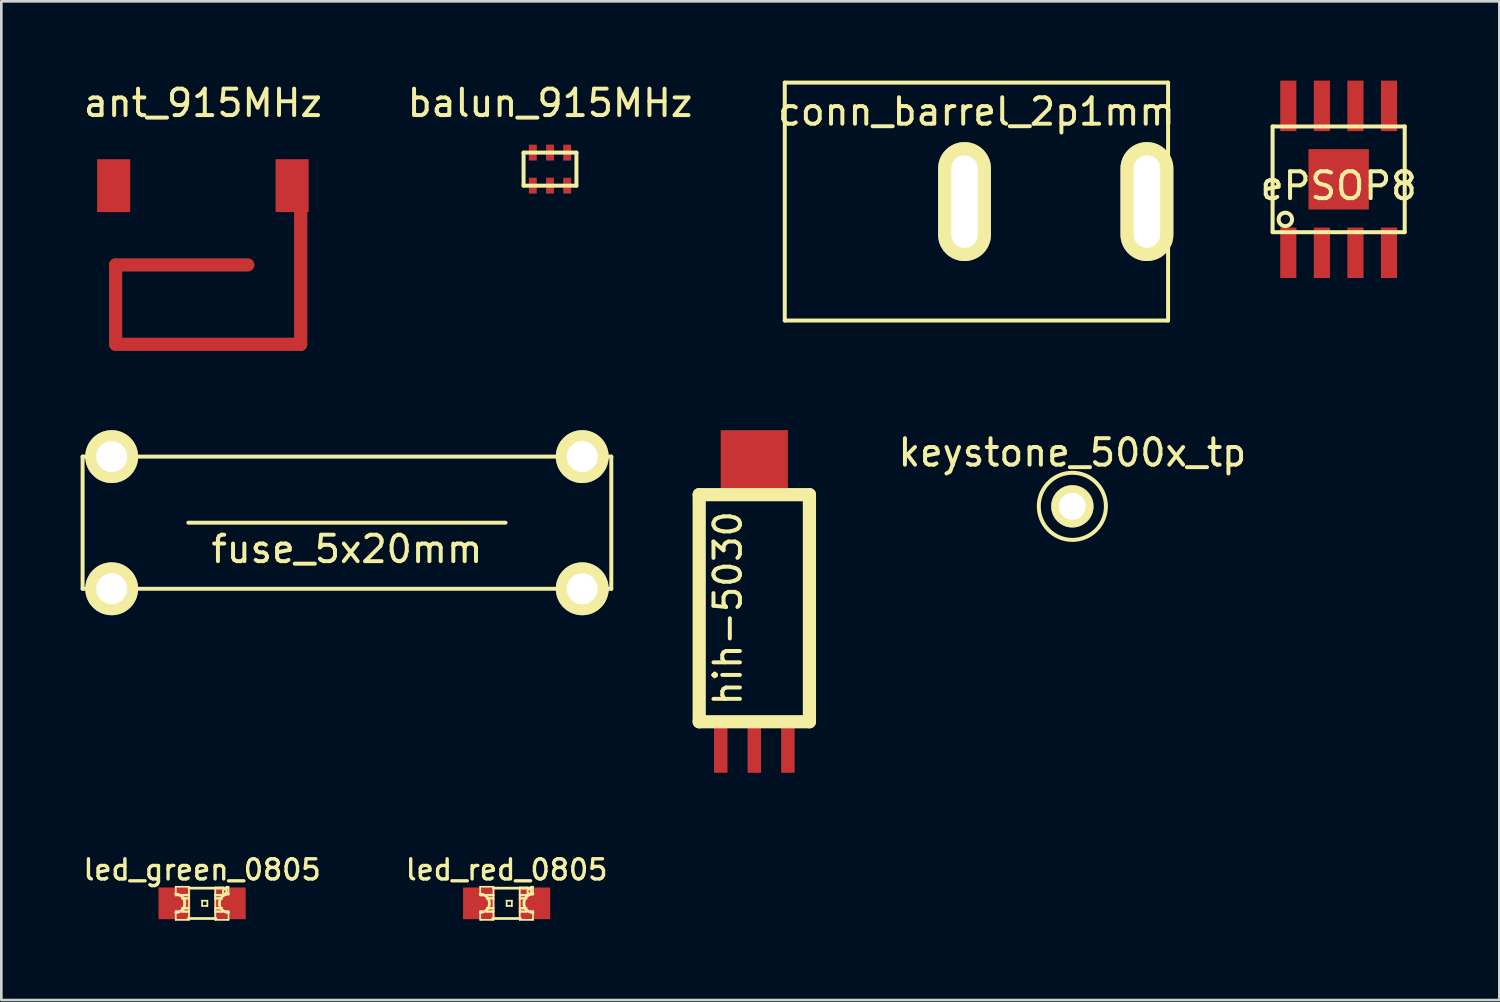
<source format=kicad_pcb>
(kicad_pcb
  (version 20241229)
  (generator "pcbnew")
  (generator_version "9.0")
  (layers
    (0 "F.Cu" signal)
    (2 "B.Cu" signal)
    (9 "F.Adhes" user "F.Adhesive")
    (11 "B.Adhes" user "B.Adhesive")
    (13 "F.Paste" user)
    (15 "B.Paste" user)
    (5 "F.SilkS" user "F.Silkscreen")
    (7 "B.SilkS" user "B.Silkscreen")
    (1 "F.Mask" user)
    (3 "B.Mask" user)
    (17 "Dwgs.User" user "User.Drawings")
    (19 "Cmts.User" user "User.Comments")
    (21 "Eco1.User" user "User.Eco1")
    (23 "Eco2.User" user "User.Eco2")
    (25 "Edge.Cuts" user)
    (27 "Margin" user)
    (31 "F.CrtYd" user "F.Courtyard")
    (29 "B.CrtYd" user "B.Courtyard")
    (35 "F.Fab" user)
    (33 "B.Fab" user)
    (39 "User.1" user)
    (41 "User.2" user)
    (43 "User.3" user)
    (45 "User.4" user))
  (footprint "ant_915MHz"
    (layer "F.Cu")
    (at 4.625 3.973)
    (property "Reference" "ant_915MHz" (at 0 -3.125 0) (layer "F.SilkS") (effects (font (size 1 1) (thickness 0.15))))
    (attr through_hole)
    (fp_line (start -3.3 3) (end 1.7 3) (stroke (width 0.5) (type solid)) (layer "F.Cu"))
    (fp_line (start -3.3 6) (end -3.3 3) (stroke (width 0.5) (type solid)) (layer "F.Cu"))
    (fp_line (start 3.7 0) (end 3.7 6) (stroke (width 0.5) (type solid)) (layer "F.Cu"))
    (fp_line (start 3.7 6) (end -3.3 6) (stroke (width 0.5) (type solid)) (layer "F.Cu"))
    (pad "" smd rect (at 3.375 0) (size 1.25 2) (layers "F.Cu" "F.Mask" "F.Paste"))
    (pad "1" smd rect (at -3.375 0) (size 1.25 2) (layers "F.Cu" "F.Mask" "F.Paste")))
  (footprint "led_red_0805"
    (layer "F.Cu")
    (at 16.115 31.122)
    (property "Reference" "led_red_0805" (at 0 -1.27 0) (layer "F.SilkS") (effects (font (size 0.762 0.762) (thickness 0.127))))
    (attr smd)
    (fp_line (start -0.998 -0.625) (end -0.998 -0.3) (stroke (width 0.066) (type solid)) (layer "F.SilkS"))
    (fp_line (start -0.998 -0.625) (end -0.498 -0.625) (stroke (width 0.066) (type solid)) (layer "F.SilkS"))
    (fp_line (start -0.998 -0.3) (end -0.498 -0.3) (stroke (width 0.066) (type solid)) (layer "F.SilkS"))
    (fp_line (start -0.998 0.3) (end -0.998 0.625) (stroke (width 0.066) (type solid)) (layer "F.SilkS"))
    (fp_line (start -0.998 0.3) (end -0.498 0.3) (stroke (width 0.066) (type solid)) (layer "F.SilkS"))
    (fp_line (start -0.998 0.625) (end -0.498 0.625) (stroke (width 0.066) (type solid)) (layer "F.SilkS"))
    (fp_line (start -0.749 -0.323) (end -0.749 -0.173) (stroke (width 0.066) (type solid)) (layer "F.SilkS"))
    (fp_line (start -0.749 -0.323) (end -0.498 -0.323) (stroke (width 0.066) (type solid)) (layer "F.SilkS"))
    (fp_line (start -0.749 -0.173) (end -0.498 -0.173) (stroke (width 0.066) (type solid)) (layer "F.SilkS"))
    (fp_line (start -0.749 0.173) (end -0.749 0.323) (stroke (width 0.066) (type solid)) (layer "F.SilkS"))
    (fp_line (start -0.749 0.173) (end -0.498 0.173) (stroke (width 0.066) (type solid)) (layer "F.SilkS"))
    (fp_line (start -0.749 0.323) (end -0.498 0.323) (stroke (width 0.066) (type solid)) (layer "F.SilkS"))
    (fp_line (start -0.673 -0.198) (end -0.673 0.198) (stroke (width 0.066) (type solid)) (layer "F.SilkS"))
    (fp_line (start -0.673 -0.198) (end -0.498 -0.198) (stroke (width 0.066) (type solid)) (layer "F.SilkS"))
    (fp_line (start -0.673 0.198) (end -0.498 0.198) (stroke (width 0.066) (type solid)) (layer "F.SilkS"))
    (fp_line (start -0.498 -0.625) (end -0.498 -0.3) (stroke (width 0.066) (type solid)) (layer "F.SilkS"))
    (fp_line (start -0.498 -0.574) (end 0.925 -0.574) (stroke (width 0.102) (type solid)) (layer "F.SilkS"))
    (fp_line (start -0.498 -0.323) (end -0.498 -0.173) (stroke (width 0.066) (type solid)) (layer "F.SilkS"))
    (fp_line (start -0.498 -0.198) (end -0.498 0.198) (stroke (width 0.066) (type solid)) (layer "F.SilkS"))
    (fp_line (start -0.498 0.173) (end -0.498 0.323) (stroke (width 0.066) (type solid)) (layer "F.SilkS"))
    (fp_line (start -0.498 0.3) (end -0.498 0.625) (stroke (width 0.066) (type solid)) (layer "F.SilkS"))
    (fp_line (start 0 -0.099) (end 0 0.099) (stroke (width 0.066) (type solid)) (layer "F.SilkS"))
    (fp_line (start 0 -0.099) (end 0.198 -0.099) (stroke (width 0.066) (type solid)) (layer "F.SilkS"))
    (fp_line (start 0 0.099) (end 0.198 0.099) (stroke (width 0.066) (type solid)) (layer "F.SilkS"))
    (fp_line (start 0.198 -0.099) (end 0.198 0.099) (stroke (width 0.066) (type solid)) (layer "F.SilkS"))
    (fp_line (start 0.498 -0.599) (end 0.498 -0.3) (stroke (width 0.066) (type solid)) (layer "F.SilkS"))
    (fp_line (start 0.498 -0.599) (end 0.798 -0.599) (stroke (width 0.066) (type solid)) (layer "F.SilkS"))
    (fp_line (start 0.498 -0.323) (end 0.498 -0.173) (stroke (width 0.066) (type solid)) (layer "F.SilkS"))
    (fp_line (start 0.498 -0.323) (end 0.749 -0.323) (stroke (width 0.066) (type solid)) (layer "F.SilkS"))
    (fp_line (start 0.498 -0.3) (end 0.798 -0.3) (stroke (width 0.066) (type solid)) (layer "F.SilkS"))
    (fp_line (start 0.498 -0.198) (end 0.498 0.198) (stroke (width 0.066) (type solid)) (layer "F.SilkS"))
    (fp_line (start 0.498 -0.198) (end 0.673 -0.198) (stroke (width 0.066) (type solid)) (layer "F.SilkS"))
    (fp_line (start 0.498 -0.173) (end 0.749 -0.173) (stroke (width 0.066) (type solid)) (layer "F.SilkS"))
    (fp_line (start 0.498 0.173) (end 0.498 0.323) (stroke (width 0.066) (type solid)) (layer "F.SilkS"))
    (fp_line (start 0.498 0.173) (end 0.749 0.173) (stroke (width 0.066) (type solid)) (layer "F.SilkS"))
    (fp_line (start 0.498 0.198) (end 0.673 0.198) (stroke (width 0.066) (type solid)) (layer "F.SilkS"))
    (fp_line (start 0.498 0.3) (end 0.498 0.625) (stroke (width 0.066) (type solid)) (layer "F.SilkS"))
    (fp_line (start 0.498 0.3) (end 0.998 0.3) (stroke (width 0.066) (type solid)) (layer "F.SilkS"))
    (fp_line (start 0.498 0.323) (end 0.749 0.323) (stroke (width 0.066) (type solid)) (layer "F.SilkS"))
    (fp_line (start 0.498 0.625) (end 0.998 0.625) (stroke (width 0.066) (type solid)) (layer "F.SilkS"))
    (fp_line (start 0.523 0.574) (end -0.523 0.574) (stroke (width 0.102) (type solid)) (layer "F.SilkS"))
    (fp_line (start 0.673 -0.198) (end 0.673 0.198) (stroke (width 0.066) (type solid)) (layer "F.SilkS"))
    (fp_line (start 0.749 -0.323) (end 0.749 -0.173) (stroke (width 0.066) (type solid)) (layer "F.SilkS"))
    (fp_line (start 0.749 0.173) (end 0.749 0.323) (stroke (width 0.066) (type solid)) (layer "F.SilkS"))
    (fp_line (start 0.798 -0.599) (end 0.798 -0.3) (stroke (width 0.066) (type solid)) (layer "F.SilkS"))
    (fp_line (start 0.925 -0.625) (end 0.925 -0.399) (stroke (width 0.066) (type solid)) (layer "F.SilkS"))
    (fp_line (start 0.925 -0.625) (end 0.998 -0.625) (stroke (width 0.066) (type solid)) (layer "F.SilkS"))
    (fp_line (start 0.925 -0.399) (end 0.998 -0.399) (stroke (width 0.066) (type solid)) (layer "F.SilkS"))
    (fp_line (start 0.998 -0.625) (end 0.998 -0.399) (stroke (width 0.066) (type solid)) (layer "F.SilkS"))
    (fp_line (start 0.998 0.3) (end 0.998 0.625) (stroke (width 0.066) (type solid)) (layer "F.SilkS"))
    (fp_arc (start -0.99822 -0.34798) (mid -0.65024 0) (end -0.99822 0.34798) (stroke (width 0.1016) (type solid)) (layer "F.SilkS"))
    (fp_arc (start 0.99822 0.34798) (mid 0.65024 0) (end 0.99822 -0.34798) (stroke (width 0.1016) (type solid)) (layer "F.SilkS"))
    (fp_circle (center 0.848 -0.45) (end 0.899 -0.5) (stroke (width 0.051) (type solid)) (fill no) (layer "F.SilkS"))
    (pad "1" smd rect (at -1.049 0) (size 1.199 1.199) (layers "F.Cu" "F.Mask" "F.Paste"))
    (pad "2" smd rect (at 1.049 0) (size 1.199 1.199) (layers "F.Cu" "F.Mask" "F.Paste")))
  (footprint "hih-5030"
    (layer "F.Cu")
    (at 25.485 19.958)
    (property "Reference" "hih-5030" (at -1 0 90) (layer "F.SilkS") (effects (font (size 1 1) (thickness 0.15))))
    (attr through_hole)
    (fp_line (start -2.085 -4.295) (end 2.085 -4.295) (stroke (width 0.5) (type solid)) (layer "F.SilkS"))
    (fp_line (start -2.085 4.295) (end -2.085 -4.295) (stroke (width 0.5) (type solid)) (layer "F.SilkS"))
    (fp_line (start 2.085 -4.295) (end 2.085 4.295) (stroke (width 0.5) (type solid)) (layer "F.SilkS"))
    (fp_line (start 2.085 4.295) (end -2.085 4.295) (stroke (width 0.5) (type solid)) (layer "F.SilkS"))
    (pad "" smd rect (at 0 -5.59) (size 2.54 2.29) (layers "F.Cu" "F.Mask" "F.Paste"))
    (pad "1" smd rect (at -1.27 5.335) (size 0.51 1.78) (layers "F.Cu" "F.Mask" "F.Paste"))
    (pad "2" smd rect (at 0 5.335) (size 0.51 1.78) (layers "F.Cu" "F.Mask" "F.Paste"))
    (pad "3" smd rect (at 1.27 5.335) (size 0.51 1.78) (layers "F.Cu" "F.Mask" "F.Paste")))
  (footprint "balun_915MHz"
    (layer "F.Cu")
    (at 17.756 3.348)
    (property "Reference" "balun_915MHz" (at 0 -2.5 0) (layer "F.SilkS") (effects (font (size 1 1) (thickness 0.15))))
    (attr through_hole)
    (fp_line (start -1 -0.625) (end 1 -0.625) (stroke (width 0.15) (type solid)) (layer "F.SilkS"))
    (fp_line (start -1 0.625) (end -1 -0.625) (stroke (width 0.15) (type solid)) (layer "F.SilkS"))
    (fp_line (start 1 -0.625) (end 1 0.625) (stroke (width 0.15) (type solid)) (layer "F.SilkS"))
    (fp_line (start 1 0.625) (end -1 0.625) (stroke (width 0.15) (type solid)) (layer "F.SilkS"))
    (pad "1" smd rect (at 0.65 -0.625) (size 0.3 0.6) (layers "F.Cu" "F.Mask" "F.Paste"))
    (pad "2" smd rect (at 0 -0.625) (size 0.3 0.6) (layers "F.Cu" "F.Mask" "F.Paste"))
    (pad "3" smd rect (at -0.65 -0.625) (size 0.3 0.6) (layers "F.Cu" "F.Mask" "F.Paste"))
    (pad "4" smd rect (at -0.65 0.625) (size 0.3 0.6) (layers "F.Cu" "F.Mask" "F.Paste"))
    (pad "5" smd rect (at 0 0.625) (size 0.3 0.6) (layers "F.Cu" "F.Mask" "F.Paste"))
    (pad "6" smd rect (at 0.65 0.625) (size 0.3 0.6) (layers "F.Cu" "F.Mask" "F.Paste")))
  (footprint "keystone_500x_tp"
    (layer "F.Cu")
    (at 37.516 16.104)
    (property "Reference" "keystone_500x_tp" (at 0 -2.032 0) (layer "F.SilkS") (effects (font (size 1 1) (thickness 0.15))))
    (attr through_hole)
    (fp_circle (center 0 0) (end 0 -1.27) (stroke (width 0.15) (type solid)) (fill no) (layer "F.SilkS"))
    (pad "1" thru_hole circle (at 0 0) (size 1.6 1.6) (drill 1.02) (layers "*.Cu" "*.Mask" "F.SilkS")))
  (footprint "led_green_0805"
    (layer "F.Cu")
    (at 4.596 31.122)
    (property "Reference" "led_green_0805" (at 0 -1.27 0) (layer "F.SilkS") (effects (font (size 0.762 0.762) (thickness 0.127))))
    (attr smd)
    (fp_line (start -0.998 -0.625) (end -0.998 -0.3) (stroke (width 0.066) (type solid)) (layer "F.SilkS"))
    (fp_line (start -0.998 -0.625) (end -0.498 -0.625) (stroke (width 0.066) (type solid)) (layer "F.SilkS"))
    (fp_line (start -0.998 -0.3) (end -0.498 -0.3) (stroke (width 0.066) (type solid)) (layer "F.SilkS"))
    (fp_line (start -0.998 0.3) (end -0.998 0.625) (stroke (width 0.066) (type solid)) (layer "F.SilkS"))
    (fp_line (start -0.998 0.3) (end -0.498 0.3) (stroke (width 0.066) (type solid)) (layer "F.SilkS"))
    (fp_line (start -0.998 0.625) (end -0.498 0.625) (stroke (width 0.066) (type solid)) (layer "F.SilkS"))
    (fp_line (start -0.749 -0.323) (end -0.749 -0.173) (stroke (width 0.066) (type solid)) (layer "F.SilkS"))
    (fp_line (start -0.749 -0.323) (end -0.498 -0.323) (stroke (width 0.066) (type solid)) (layer "F.SilkS"))
    (fp_line (start -0.749 -0.173) (end -0.498 -0.173) (stroke (width 0.066) (type solid)) (layer "F.SilkS"))
    (fp_line (start -0.749 0.173) (end -0.749 0.323) (stroke (width 0.066) (type solid)) (layer "F.SilkS"))
    (fp_line (start -0.749 0.173) (end -0.498 0.173) (stroke (width 0.066) (type solid)) (layer "F.SilkS"))
    (fp_line (start -0.749 0.323) (end -0.498 0.323) (stroke (width 0.066) (type solid)) (layer "F.SilkS"))
    (fp_line (start -0.673 -0.198) (end -0.673 0.198) (stroke (width 0.066) (type solid)) (layer "F.SilkS"))
    (fp_line (start -0.673 -0.198) (end -0.498 -0.198) (stroke (width 0.066) (type solid)) (layer "F.SilkS"))
    (fp_line (start -0.673 0.198) (end -0.498 0.198) (stroke (width 0.066) (type solid)) (layer "F.SilkS"))
    (fp_line (start -0.498 -0.625) (end -0.498 -0.3) (stroke (width 0.066) (type solid)) (layer "F.SilkS"))
    (fp_line (start -0.498 -0.574) (end 0.925 -0.574) (stroke (width 0.102) (type solid)) (layer "F.SilkS"))
    (fp_line (start -0.498 -0.323) (end -0.498 -0.173) (stroke (width 0.066) (type solid)) (layer "F.SilkS"))
    (fp_line (start -0.498 -0.198) (end -0.498 0.198) (stroke (width 0.066) (type solid)) (layer "F.SilkS"))
    (fp_line (start -0.498 0.173) (end -0.498 0.323) (stroke (width 0.066) (type solid)) (layer "F.SilkS"))
    (fp_line (start -0.498 0.3) (end -0.498 0.625) (stroke (width 0.066) (type solid)) (layer "F.SilkS"))
    (fp_line (start 0 -0.099) (end 0 0.099) (stroke (width 0.066) (type solid)) (layer "F.SilkS"))
    (fp_line (start 0 -0.099) (end 0.198 -0.099) (stroke (width 0.066) (type solid)) (layer "F.SilkS"))
    (fp_line (start 0 0.099) (end 0.198 0.099) (stroke (width 0.066) (type solid)) (layer "F.SilkS"))
    (fp_line (start 0.198 -0.099) (end 0.198 0.099) (stroke (width 0.066) (type solid)) (layer "F.SilkS"))
    (fp_line (start 0.498 -0.599) (end 0.498 -0.3) (stroke (width 0.066) (type solid)) (layer "F.SilkS"))
    (fp_line (start 0.498 -0.599) (end 0.798 -0.599) (stroke (width 0.066) (type solid)) (layer "F.SilkS"))
    (fp_line (start 0.498 -0.323) (end 0.498 -0.173) (stroke (width 0.066) (type solid)) (layer "F.SilkS"))
    (fp_line (start 0.498 -0.323) (end 0.749 -0.323) (stroke (width 0.066) (type solid)) (layer "F.SilkS"))
    (fp_line (start 0.498 -0.3) (end 0.798 -0.3) (stroke (width 0.066) (type solid)) (layer "F.SilkS"))
    (fp_line (start 0.498 -0.198) (end 0.498 0.198) (stroke (width 0.066) (type solid)) (layer "F.SilkS"))
    (fp_line (start 0.498 -0.198) (end 0.673 -0.198) (stroke (width 0.066) (type solid)) (layer "F.SilkS"))
    (fp_line (start 0.498 -0.173) (end 0.749 -0.173) (stroke (width 0.066) (type solid)) (layer "F.SilkS"))
    (fp_line (start 0.498 0.173) (end 0.498 0.323) (stroke (width 0.066) (type solid)) (layer "F.SilkS"))
    (fp_line (start 0.498 0.173) (end 0.749 0.173) (stroke (width 0.066) (type solid)) (layer "F.SilkS"))
    (fp_line (start 0.498 0.198) (end 0.673 0.198) (stroke (width 0.066) (type solid)) (layer "F.SilkS"))
    (fp_line (start 0.498 0.3) (end 0.498 0.625) (stroke (width 0.066) (type solid)) (layer "F.SilkS"))
    (fp_line (start 0.498 0.3) (end 0.998 0.3) (stroke (width 0.066) (type solid)) (layer "F.SilkS"))
    (fp_line (start 0.498 0.323) (end 0.749 0.323) (stroke (width 0.066) (type solid)) (layer "F.SilkS"))
    (fp_line (start 0.498 0.625) (end 0.998 0.625) (stroke (width 0.066) (type solid)) (layer "F.SilkS"))
    (fp_line (start 0.523 0.574) (end -0.523 0.574) (stroke (width 0.102) (type solid)) (layer "F.SilkS"))
    (fp_line (start 0.673 -0.198) (end 0.673 0.198) (stroke (width 0.066) (type solid)) (layer "F.SilkS"))
    (fp_line (start 0.749 -0.323) (end 0.749 -0.173) (stroke (width 0.066) (type solid)) (layer "F.SilkS"))
    (fp_line (start 0.749 0.173) (end 0.749 0.323) (stroke (width 0.066) (type solid)) (layer "F.SilkS"))
    (fp_line (start 0.798 -0.599) (end 0.798 -0.3) (stroke (width 0.066) (type solid)) (layer "F.SilkS"))
    (fp_line (start 0.925 -0.625) (end 0.925 -0.399) (stroke (width 0.066) (type solid)) (layer "F.SilkS"))
    (fp_line (start 0.925 -0.625) (end 0.998 -0.625) (stroke (width 0.066) (type solid)) (layer "F.SilkS"))
    (fp_line (start 0.925 -0.399) (end 0.998 -0.399) (stroke (width 0.066) (type solid)) (layer "F.SilkS"))
    (fp_line (start 0.998 -0.625) (end 0.998 -0.399) (stroke (width 0.066) (type solid)) (layer "F.SilkS"))
    (fp_line (start 0.998 0.3) (end 0.998 0.625) (stroke (width 0.066) (type solid)) (layer "F.SilkS"))
    (fp_arc (start -0.99822 -0.34798) (mid -0.65024 0) (end -0.99822 0.34798) (stroke (width 0.1016) (type solid)) (layer "F.SilkS"))
    (fp_arc (start 0.99822 0.34798) (mid 0.65024 0) (end 0.99822 -0.34798) (stroke (width 0.1016) (type solid)) (layer "F.SilkS"))
    (fp_circle (center 0.848 -0.45) (end 0.899 -0.5) (stroke (width 0.051) (type solid)) (fill no) (layer "F.SilkS"))
    (pad "1" smd rect (at -1.049 0) (size 1.199 1.199) (layers "F.Cu" "F.Mask" "F.Paste"))
    (pad "2" smd rect (at 1.049 0) (size 1.199 1.199) (layers "F.Cu" "F.Mask" "F.Paste")))
  (footprint "conn_barrel_2p1mm"
    (layer "F.Cu")
    (at 33.887 4.575)
    (property "Reference" "conn_barrel_2p1mm" (at 0 -3.4 0) (layer "F.SilkS") (effects (font (size 1 1) (thickness 0.15))))
    (attr through_hole)
    (fp_line (start -7.25 -4.5) (end 7.25 -4.5) (stroke (width 0.15) (type solid)) (layer "F.SilkS"))
    (fp_line (start -7.25 4.5) (end -7.25 -4.5) (stroke (width 0.15) (type solid)) (layer "F.SilkS"))
    (fp_line (start 7.25 -4.5) (end 7.25 4.5) (stroke (width 0.15) (type solid)) (layer "F.SilkS"))
    (fp_line (start 7.25 4.5) (end -7.25 4.5) (stroke (width 0.15) (type solid)) (layer "F.SilkS"))
    (pad "1" thru_hole oval (at 6.45 0) (size 2 4.5) (drill oval 1 3.5) (layers "*.Cu" "*.Mask" "F.SilkS"))
    (pad "2" thru_hole oval (at -0.45 0) (size 2 4.5) (drill oval 1 3.5) (layers "*.Cu" "*.Mask" "F.SilkS")))
  (footprint "fuse_5x20mm"
    (layer "F.Cu")
    (at 10.075 16.723)
    (property "Reference" "fuse_5x20mm" (at 0 1 0) (layer "F.SilkS") (effects (font (size 1 1) (thickness 0.15))))
    (attr through_hole)
    (fp_line (start -10 -2.5) (end 10 -2.5) (stroke (width 0.15) (type solid)) (layer "F.SilkS"))
    (fp_line (start -10 2.5) (end -10 -2.5) (stroke (width 0.15) (type solid)) (layer "F.SilkS"))
    (fp_line (start -6 0) (end 6 0) (stroke (width 0.15) (type solid)) (layer "F.SilkS"))
    (fp_line (start 10 -2.5) (end 10 2.5) (stroke (width 0.15) (type solid)) (layer "F.SilkS"))
    (fp_line (start 10 2.5) (end -10 2.5) (stroke (width 0.15) (type solid)) (layer "F.SilkS"))
    (pad "1" thru_hole circle (at -8.9 -2.5) (size 2 2) (drill 1.17) (layers "*.Cu" "*.Mask" "F.SilkS"))
    (pad "1" thru_hole circle (at -8.9 2.5) (size 2 2) (drill 1.17) (layers "*.Cu" "*.Mask" "F.SilkS"))
    (pad "2" thru_hole circle (at 8.9 -2.5) (size 2 2) (drill 1.17) (layers "*.Cu" "*.Mask" "F.SilkS"))
    (pad "2" thru_hole circle (at 8.9 2.5) (size 2 2) (drill 1.17) (layers "*.Cu" "*.Mask" "F.SilkS")))
  (footprint "ePSOP8"
    (layer "F.Cu")
    (at 47.59 3.734)
    (property "Reference" "ePSOP8" (at 0 0.249 0) (layer "F.SilkS") (effects (font (size 1.016 1.016) (thickness 0.152))))
    (attr smd)
    (fp_line (start -2.499 -1.999) (end 2.499 -1.999) (stroke (width 0.152) (type solid)) (layer "F.SilkS"))
    (fp_line (start -2.499 1.999) (end -2.499 -1.999) (stroke (width 0.152) (type solid)) (layer "F.SilkS"))
    (fp_line (start -2.499 1.999) (end 2.499 1.999) (stroke (width 0.152) (type solid)) (layer "F.SilkS"))
    (fp_line (start 2.499 -1.999) (end 2.499 1.999) (stroke (width 0.152) (type solid)) (layer "F.SilkS"))
    (fp_circle (center -2.017 1.516) (end -2.017 1.262) (stroke (width 0.152) (type solid)) (fill no) (layer "F.SilkS"))
    (pad "1" smd rect (at -1.905 2.779) (size 0.61 1.91) (layers "F.Cu" "F.Mask" "F.Paste"))
    (pad "2" smd rect (at -0.635 2.779) (size 0.61 1.91) (layers "F.Cu" "F.Mask" "F.Paste"))
    (pad "2" smd rect (at 0 0) (size 2.286 2.286) (layers "F.Cu" "F.Mask" "F.Paste"))
    (pad "3" smd rect (at 0.635 2.779) (size 0.61 1.91) (layers "F.Cu" "F.Mask" "F.Paste"))
    (pad "4" smd rect (at 1.905 2.779) (size 0.61 1.91) (layers "F.Cu" "F.Mask" "F.Paste"))
    (pad "5" smd rect (at 1.905 -2.779) (size 0.61 1.91) (layers "F.Cu" "F.Mask" "F.Paste"))
    (pad "6" smd rect (at 0.635 -2.779) (size 0.61 1.91) (layers "F.Cu" "F.Mask" "F.Paste"))
    (pad "7" smd rect (at -0.635 -2.779) (size 0.61 1.91) (layers "F.Cu" "F.Mask" "F.Paste"))
    (pad "8" smd rect (at -1.905 -2.779) (size 0.61 1.91) (layers "F.Cu" "F.Mask" "F.Paste")))
  (gr_rect
    (start -3 -3)
    (end 53.668 34.78)
    (stroke (width 0.1) (type default))
    (fill no)
    (layer "Edge.Cuts")))
</source>
